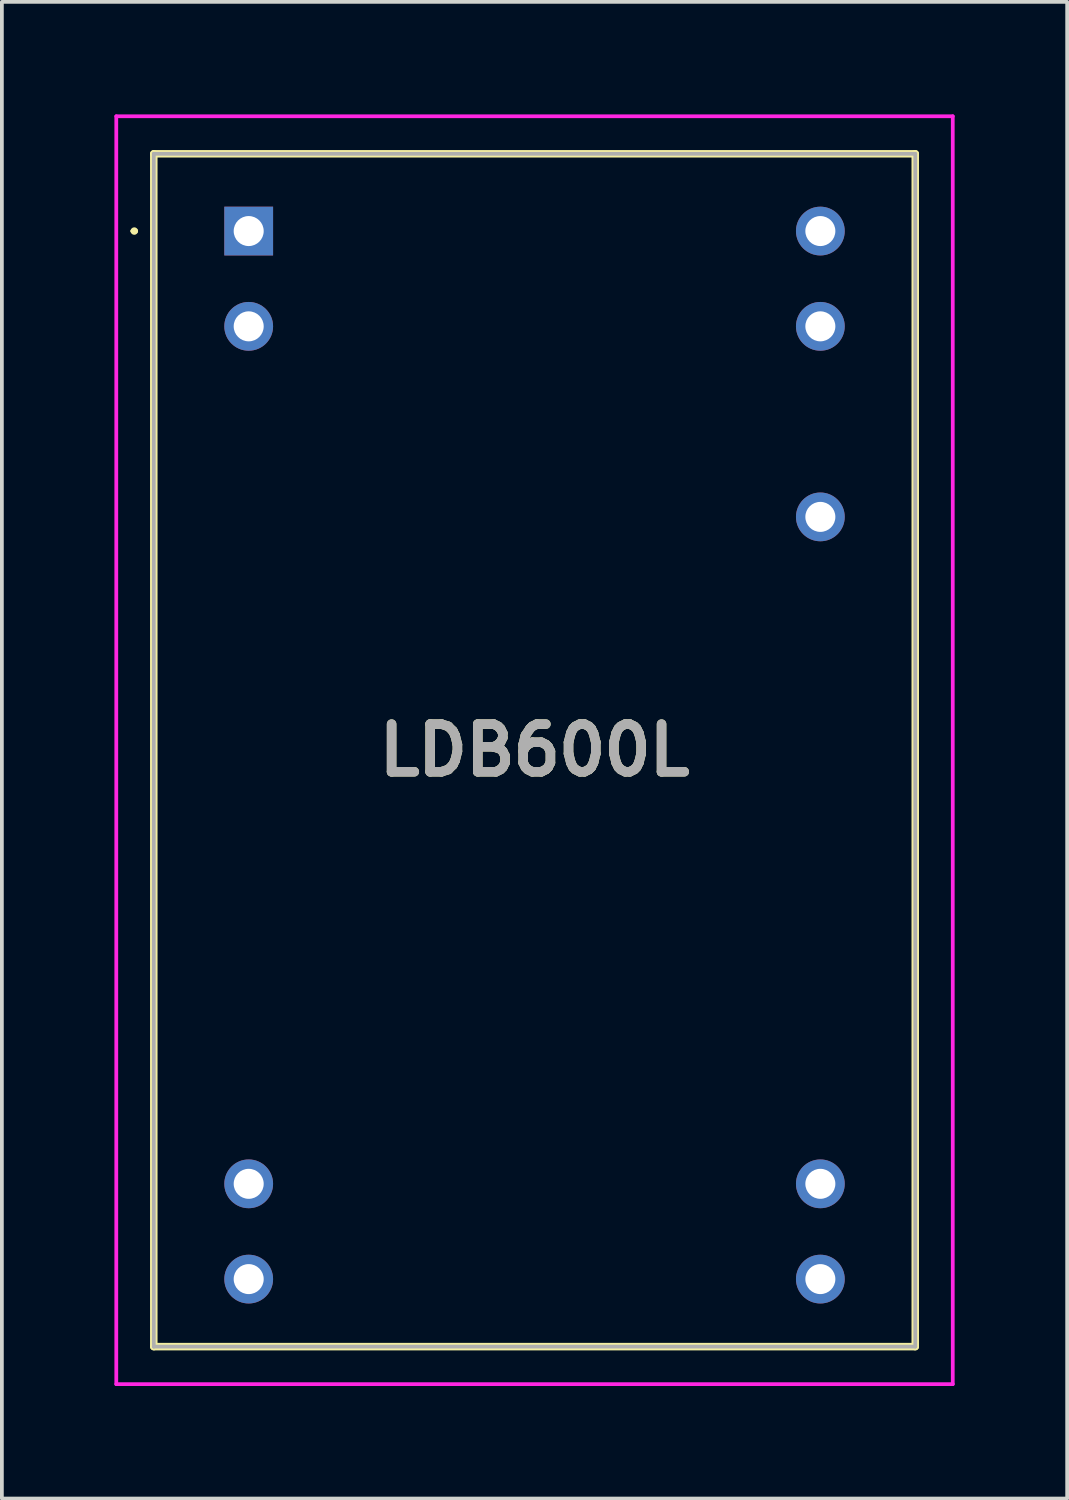
<source format=kicad_pcb>
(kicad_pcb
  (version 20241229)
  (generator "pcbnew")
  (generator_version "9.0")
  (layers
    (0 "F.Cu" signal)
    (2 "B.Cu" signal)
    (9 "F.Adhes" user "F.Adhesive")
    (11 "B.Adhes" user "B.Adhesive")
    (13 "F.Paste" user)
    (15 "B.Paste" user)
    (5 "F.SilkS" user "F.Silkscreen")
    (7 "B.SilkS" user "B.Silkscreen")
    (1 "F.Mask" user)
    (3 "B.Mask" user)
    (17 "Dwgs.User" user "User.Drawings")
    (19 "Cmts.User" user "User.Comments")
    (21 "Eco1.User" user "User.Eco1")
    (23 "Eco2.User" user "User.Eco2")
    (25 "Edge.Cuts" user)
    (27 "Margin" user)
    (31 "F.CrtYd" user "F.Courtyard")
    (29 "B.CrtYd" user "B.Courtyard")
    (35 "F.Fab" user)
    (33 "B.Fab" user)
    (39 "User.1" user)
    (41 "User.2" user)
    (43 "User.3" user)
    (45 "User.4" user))
  (footprint "LDB600L"
    (layer "F.Cu")
    (at 3.58 3.11)
    (property "Reference" "LDB600L" (at 7.62 13.84 0) (layer "F.SilkS") (effects (font (size 1.27 1.27) (thickness 0.254))))
    (attr through_hole)
    (fp_line (start -3.1 0) (end -3.1 0) (stroke (width 0.1) (type solid)) (layer "F.SilkS"))
    (fp_line (start -3 0) (end -3 0) (stroke (width 0.1) (type solid)) (layer "F.SilkS"))
    (fp_line (start -2.53 -2.06) (end -2.53 29.74) (stroke (width 0.2) (type solid)) (layer "F.SilkS"))
    (fp_line (start -2.53 29.74) (end 17.77 29.74) (stroke (width 0.2) (type solid)) (layer "F.SilkS"))
    (fp_line (start 17.77 -2.06) (end -2.53 -2.06) (stroke (width 0.2) (type solid)) (layer "F.SilkS"))
    (fp_line (start 17.77 29.74) (end 17.77 -2.06) (stroke (width 0.2) (type solid)) (layer "F.SilkS"))
    (fp_arc (start -3.1 0) (mid -3.05 -0.05) (end -3 0) (stroke (width 0.1) (type solid)) (layer "F.SilkS"))
    (fp_arc (start -3 0) (mid -3.05 0.05) (end -3.1 0) (stroke (width 0.1) (type solid)) (layer "F.SilkS"))
    (fp_line (start -3.53 -3.06) (end -3.53 30.74) (stroke (width 0.1) (type solid)) (layer "F.CrtYd"))
    (fp_line (start -3.53 30.74) (end 18.77 30.74) (stroke (width 0.1) (type solid)) (layer "F.CrtYd"))
    (fp_line (start 18.77 -3.06) (end -3.53 -3.06) (stroke (width 0.1) (type solid)) (layer "F.CrtYd"))
    (fp_line (start 18.77 30.74) (end 18.77 -3.06) (stroke (width 0.1) (type solid)) (layer "F.CrtYd"))
    (fp_line (start -2.53 -2.06) (end 17.77 -2.06) (stroke (width 0.1) (type solid)) (layer "F.Fab"))
    (fp_line (start -2.53 29.74) (end -2.53 -2.06) (stroke (width 0.1) (type solid)) (layer "F.Fab"))
    (fp_line (start 17.77 -2.06) (end 17.77 29.74) (stroke (width 0.1) (type solid)) (layer "F.Fab"))
    (fp_line (start 17.77 29.74) (end -2.53 29.74) (stroke (width 0.1) (type solid)) (layer "F.Fab"))
    (fp_text user "${REFERENCE}" (at 7.62 13.84 0) (layer "F.Fab") (effects (font (size 1.27 1.27) (thickness 0.254))))
    (pad "1" thru_hole rect (at 0 0) (size 1.3 1.3) (drill 0.8) (layers "*.Cu" "*.Mask"))
    (pad "2" thru_hole circle (at 0 2.54) (size 1.3 1.3) (drill 0.8) (layers "*.Cu" "*.Mask"))
    (pad "11" thru_hole circle (at 0 25.4) (size 1.3 1.3) (drill 0.8) (layers "*.Cu" "*.Mask"))
    (pad "12" thru_hole circle (at 0 27.94) (size 1.3 1.3) (drill 0.8) (layers "*.Cu" "*.Mask"))
    (pad "13" thru_hole circle (at 15.24 27.94) (size 1.3 1.3) (drill 0.8) (layers "*.Cu" "*.Mask"))
    (pad "14" thru_hole circle (at 15.24 25.4) (size 1.3 1.3) (drill 0.8) (layers "*.Cu" "*.Mask"))
    (pad "21" thru_hole circle (at 15.24 7.62) (size 1.3 1.3) (drill 0.8) (layers "*.Cu" "*.Mask"))
    (pad "23" thru_hole circle (at 15.24 2.54) (size 1.3 1.3) (drill 0.8) (layers "*.Cu" "*.Mask"))
    (pad "24" thru_hole circle (at 15.24 0) (size 1.3 1.3) (drill 0.8) (layers "*.Cu" "*.Mask")))
  (gr_rect
    (start -3 -3)
    (end 25.4 36.9)
    (stroke (width 0.1) (type default))
    (fill no)
    (layer "Edge.Cuts")))
</source>
